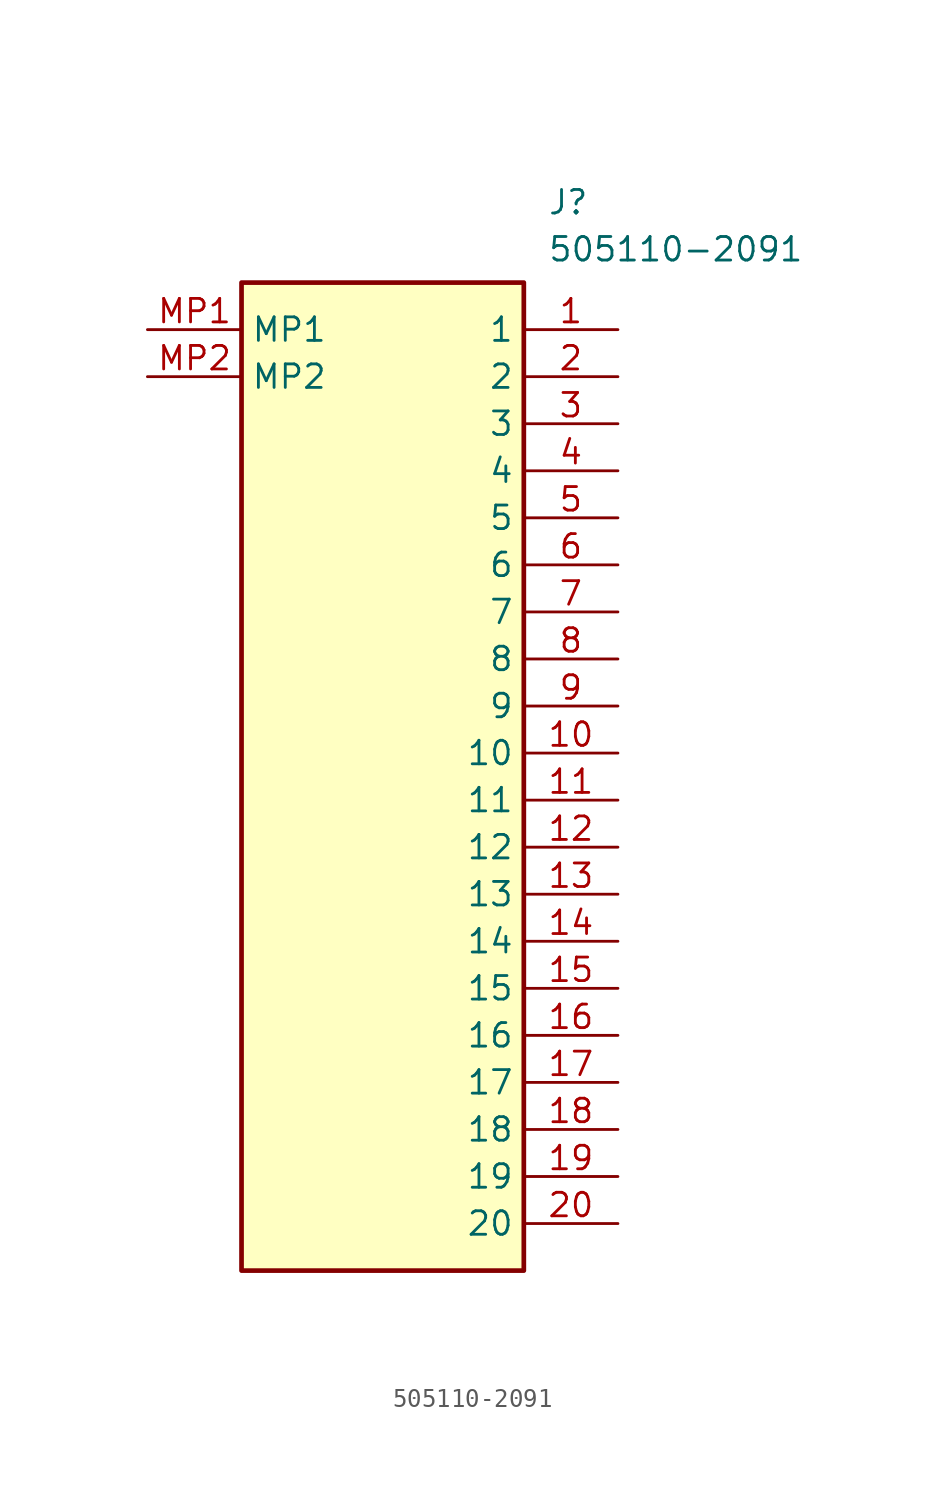
<source format=kicad_sym>
(kicad_symbol_lib
  (version 20211014)
  (generator SamacSys_ECAD_Model)
  (symbol "505110-2091"
    (property "Reference" "J"
      (at 21.59 7.62 0)
      (effects (font (size 1.27 1.27)) (justify left top)))
    (property "Value" "505110-2091"
      (at 21.59 5.08 0)
      (effects (font (size 1.27 1.27)) (justify left top)))
    (rectangle
      (start 5.08 2.54)
      (end 20.32 -50.8)
      (stroke (width 0.254) (type default))
      (fill (type background)))
    (pin passive line
      (at 25.4 0 180)
      (length 5.08)
      (name "1" (effects (font (size 1.27 1.27))))
      (number "1" (effects (font (size 1.27 1.27)))))
    (pin passive line
      (at 25.4 -2.54 180)
      (length 5.08)
      (name "2" (effects (font (size 1.27 1.27))))
      (number "2" (effects (font (size 1.27 1.27)))))
    (pin passive line
      (at 25.4 -5.08 180)
      (length 5.08)
      (name "3" (effects (font (size 1.27 1.27))))
      (number "3" (effects (font (size 1.27 1.27)))))
    (pin passive line
      (at 25.4 -7.62 180)
      (length 5.08)
      (name "4" (effects (font (size 1.27 1.27))))
      (number "4" (effects (font (size 1.27 1.27)))))
    (pin passive line
      (at 25.4 -10.16 180)
      (length 5.08)
      (name "5" (effects (font (size 1.27 1.27))))
      (number "5" (effects (font (size 1.27 1.27)))))
    (pin passive line
      (at 25.4 -12.7 180)
      (length 5.08)
      (name "6" (effects (font (size 1.27 1.27))))
      (number "6" (effects (font (size 1.27 1.27)))))
    (pin passive line
      (at 25.4 -15.24 180)
      (length 5.08)
      (name "7" (effects (font (size 1.27 1.27))))
      (number "7" (effects (font (size 1.27 1.27)))))
    (pin passive line
      (at 25.4 -17.78 180)
      (length 5.08)
      (name "8" (effects (font (size 1.27 1.27))))
      (number "8" (effects (font (size 1.27 1.27)))))
    (pin passive line
      (at 25.4 -20.32 180)
      (length 5.08)
      (name "9" (effects (font (size 1.27 1.27))))
      (number "9" (effects (font (size 1.27 1.27)))))
    (pin passive line
      (at 25.4 -22.86 180)
      (length 5.08)
      (name "10" (effects (font (size 1.27 1.27))))
      (number "10" (effects (font (size 1.27 1.27)))))
    (pin passive line
      (at 25.4 -25.4 180)
      (length 5.08)
      (name "11" (effects (font (size 1.27 1.27))))
      (number "11" (effects (font (size 1.27 1.27)))))
    (pin passive line
      (at 25.4 -27.94 180)
      (length 5.08)
      (name "12" (effects (font (size 1.27 1.27))))
      (number "12" (effects (font (size 1.27 1.27)))))
    (pin passive line
      (at 25.4 -30.48 180)
      (length 5.08)
      (name "13" (effects (font (size 1.27 1.27))))
      (number "13" (effects (font (size 1.27 1.27)))))
    (pin passive line
      (at 25.4 -33.02 180)
      (length 5.08)
      (name "14" (effects (font (size 1.27 1.27))))
      (number "14" (effects (font (size 1.27 1.27)))))
    (pin passive line
      (at 25.4 -35.56 180)
      (length 5.08)
      (name "15" (effects (font (size 1.27 1.27))))
      (number "15" (effects (font (size 1.27 1.27)))))
    (pin passive line
      (at 25.4 -38.1 180)
      (length 5.08)
      (name "16" (effects (font (size 1.27 1.27))))
      (number "16" (effects (font (size 1.27 1.27)))))
    (pin passive line
      (at 25.4 -40.64 180)
      (length 5.08)
      (name "17" (effects (font (size 1.27 1.27))))
      (number "17" (effects (font (size 1.27 1.27)))))
    (pin passive line
      (at 25.4 -43.18 180)
      (length 5.08)
      (name "18" (effects (font (size 1.27 1.27))))
      (number "18" (effects (font (size 1.27 1.27)))))
    (pin passive line
      (at 25.4 -45.72 180)
      (length 5.08)
      (name "19" (effects (font (size 1.27 1.27))))
      (number "19" (effects (font (size 1.27 1.27)))))
    (pin passive line
      (at 25.4 -48.26 180)
      (length 5.08)
      (name "20" (effects (font (size 1.27 1.27))))
      (number "20" (effects (font (size 1.27 1.27)))))
    (pin passive line
      (at 0 0 0)
      (length 5.08)
      (name "MP1" (effects (font (size 1.27 1.27))))
      (number "MP1" (effects (font (size 1.27 1.27)))))
    (pin passive line
      (at 0 -2.54 0)
      (length 5.08)
      (name "MP2" (effects (font (size 1.27 1.27))))
      (number "MP2" (effects (font (size 1.27 1.27)))))))
</source>
